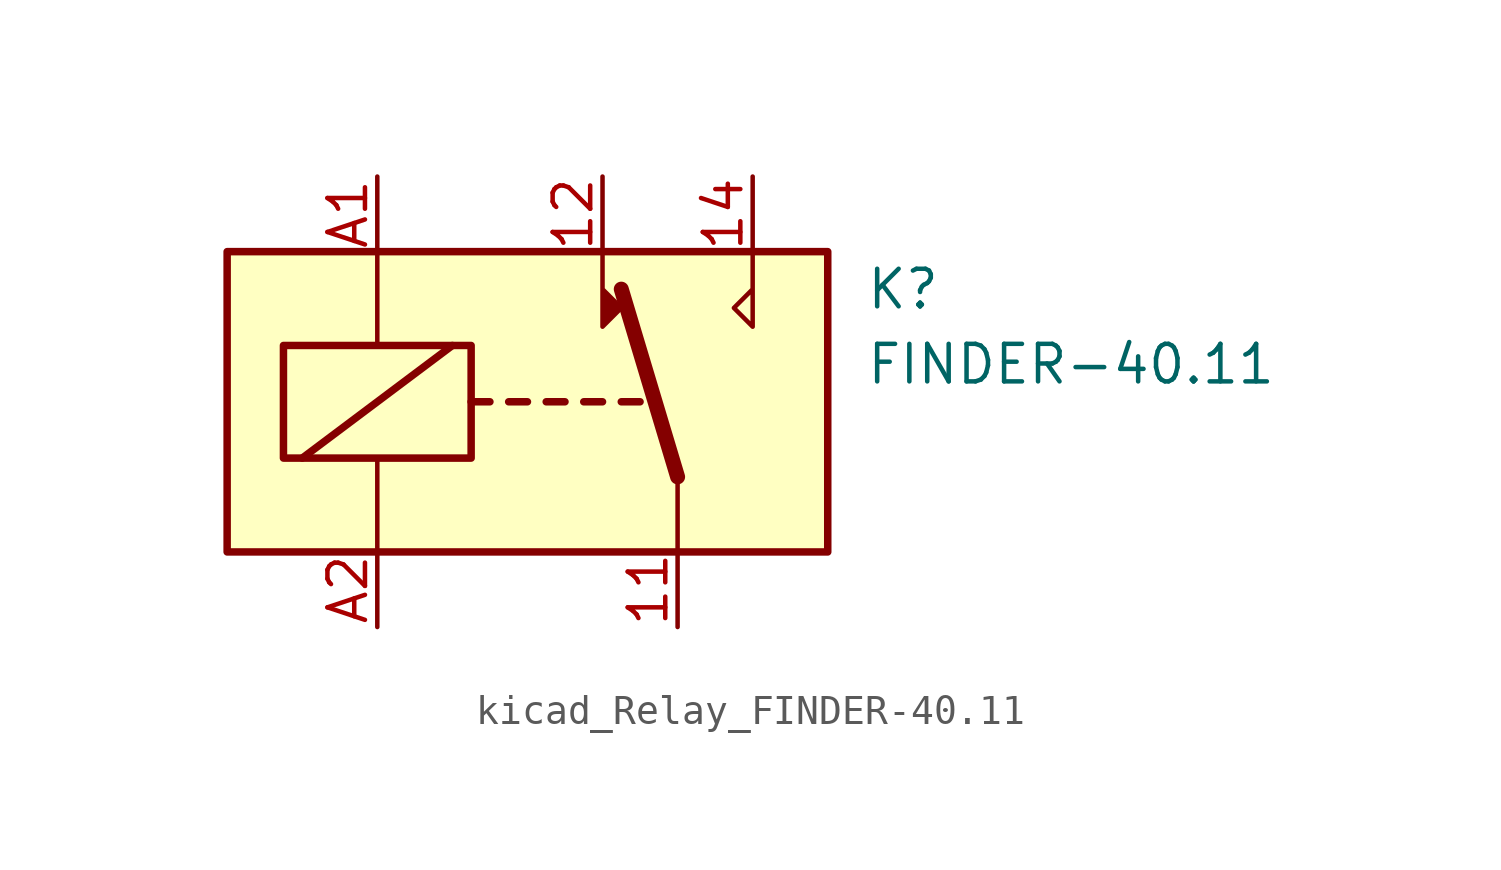
<source format=kicad_sym>
(kicad_symbol_lib
  (version 20220914)
  (generator kicad_symbol_editor)
  (symbol "kicad_Relay_FINDER-40.11"
    (property "Reference" "K"
      (at 11.43 3.81 0)
      (effects (font (size 1.27 1.27)) (justify left)))
    (property "Value" "FINDER-40.11"
      (at 11.43 1.27 0)
      (effects (font (size 1.27 1.27)) (justify left)))
    (symbol "kicad_Relay_FINDER-40.11_0_0"
      (polyline (pts (xy 7.62 5.08) (xy 7.62 2.54) (xy 6.985 3.175) (xy 7.62 3.81)) (stroke (width 0) (type default)) (fill (type none))))
    (symbol "kicad_Relay_FINDER-40.11_0_1"
      (rectangle (start -10.16 5.08) (end 10.16 -5.08) (stroke (width 0.254) (type default)) (fill (type background)))
      (rectangle (start -8.255 1.905) (end -1.905 -1.905) (stroke (width 0.254) (type default)) (fill (type none)))
      (polyline (pts (xy -7.62 -1.905) (xy -2.54 1.905)) (stroke (width 0.254) (type default)) (fill (type none)))
      (polyline (pts (xy -5.08 -5.08) (xy -5.08 -1.905)) (stroke (width 0) (type default)) (fill (type none)))
      (polyline (pts (xy -5.08 5.08) (xy -5.08 1.905)) (stroke (width 0) (type default)) (fill (type none)))
      (polyline (pts (xy -1.905 0) (xy -1.27 0)) (stroke (width 0.254) (type default)) (fill (type none)))
      (polyline (pts (xy -0.635 0) (xy 0 0)) (stroke (width 0.254) (type default)) (fill (type none)))
      (polyline (pts (xy 0.635 0) (xy 1.27 0)) (stroke (width 0.254) (type default)) (fill (type none)))
      (polyline (pts (xy 1.905 0) (xy 2.54 0)) (stroke (width 0.254) (type default)) (fill (type none)))
      (polyline (pts (xy 3.175 0) (xy 3.81 0)) (stroke (width 0.254) (type default)) (fill (type none)))
      (polyline (pts (xy 5.08 -2.54) (xy 3.175 3.81)) (stroke (width 0.508) (type default)) (fill (type none)))
      (polyline (pts (xy 5.08 -2.54) (xy 5.08 -5.08)) (stroke (width 0) (type default)) (fill (type none)))
      (polyline (pts (xy 2.54 5.08) (xy 2.54 2.54) (xy 3.175 3.175) (xy 2.54 3.81)) (stroke (width 0) (type default)) (fill (type outline))))
    (symbol "kicad_Relay_FINDER-40.11_1_1"
      (pin passive line (at 5.08 -7.62 90) (length 2.54) (name "~" (effects (font (size 1.27 1.27)))) (number "11" (effects (font (size 1.27 1.27)))))
      (pin passive line (at 2.54 7.62 270) (length 2.54) (name "~" (effects (font (size 1.27 1.27)))) (number "12" (effects (font (size 1.27 1.27)))))
      (pin passive line (at 7.62 7.62 270) (length 2.54) (name "~" (effects (font (size 1.27 1.27)))) (number "14" (effects (font (size 1.27 1.27)))))
      (pin passive line (at -5.08 7.62 270) (length 2.54) (name "~" (effects (font (size 1.27 1.27)))) (number "A1" (effects (font (size 1.27 1.27)))))
      (pin passive line (at -5.08 -7.62 90) (length 2.54) (name "~" (effects (font (size 1.27 1.27)))) (number "A2" (effects (font (size 1.27 1.27))))))))
</source>
